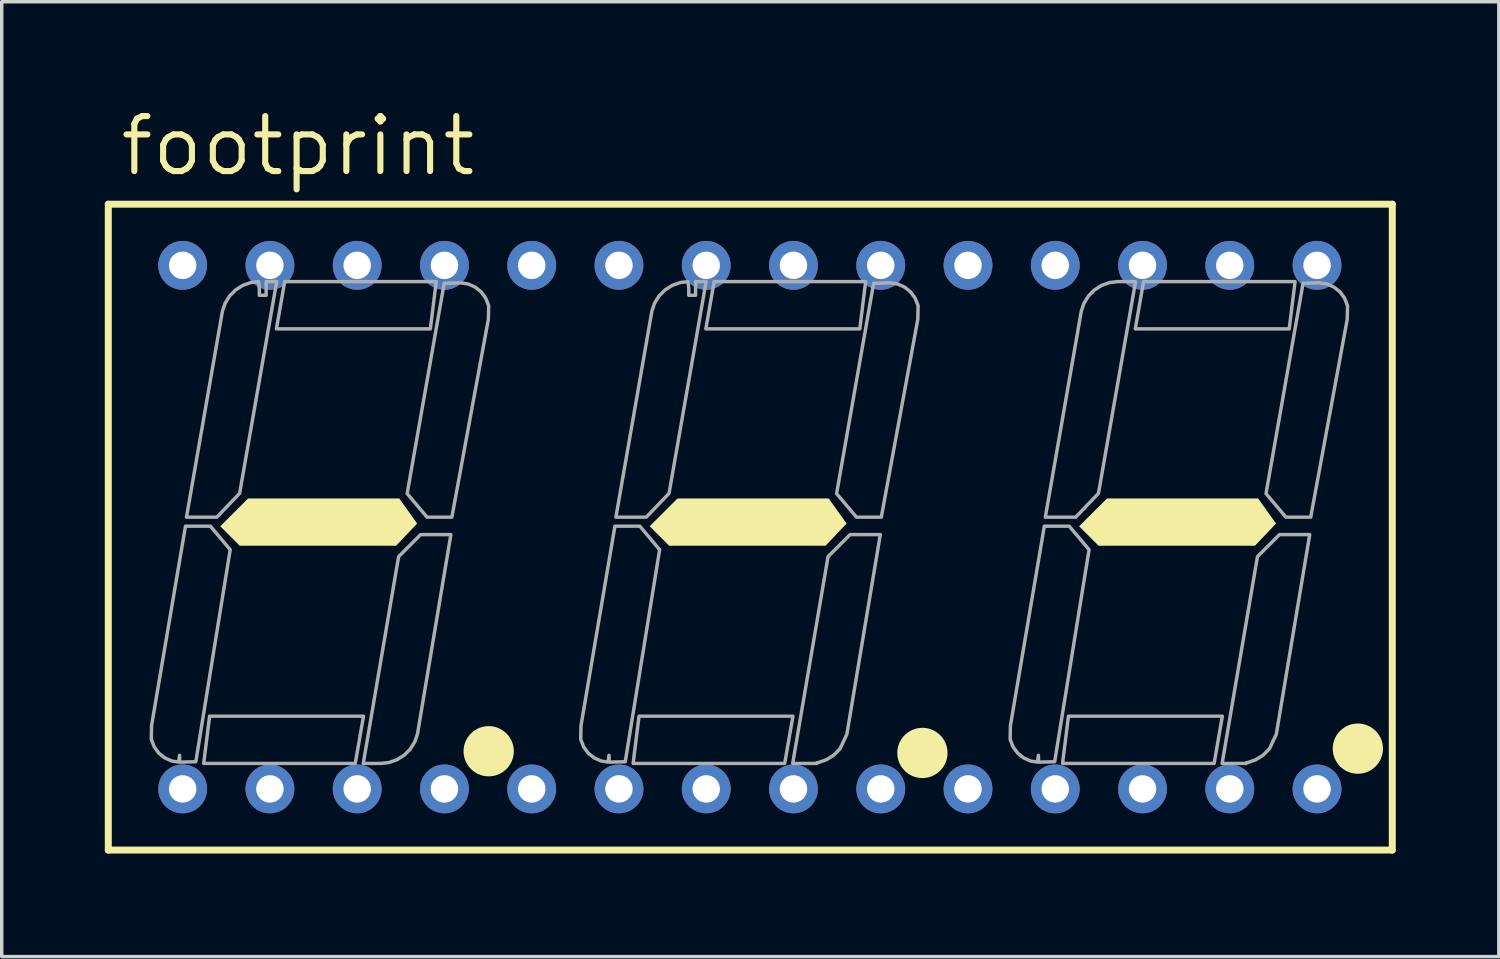
<source format=kicad_pcb>
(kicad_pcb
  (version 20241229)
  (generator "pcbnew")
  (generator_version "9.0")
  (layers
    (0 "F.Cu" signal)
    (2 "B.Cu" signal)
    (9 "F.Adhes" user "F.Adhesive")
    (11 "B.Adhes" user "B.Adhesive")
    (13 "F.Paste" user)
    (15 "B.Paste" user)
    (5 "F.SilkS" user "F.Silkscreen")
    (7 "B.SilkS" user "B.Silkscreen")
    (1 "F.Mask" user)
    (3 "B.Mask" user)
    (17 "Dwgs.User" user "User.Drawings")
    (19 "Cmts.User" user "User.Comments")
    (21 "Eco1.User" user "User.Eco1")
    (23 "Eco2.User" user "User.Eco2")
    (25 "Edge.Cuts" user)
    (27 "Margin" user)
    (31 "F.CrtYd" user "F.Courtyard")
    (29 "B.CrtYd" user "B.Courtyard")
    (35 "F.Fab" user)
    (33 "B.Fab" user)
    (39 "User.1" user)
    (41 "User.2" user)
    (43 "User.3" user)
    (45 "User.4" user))
  (footprint "footprint"
    (layer "F.Cu")
    (at 18.777 12.294)
    (property "Reference" "footprint" (at -18.415 -10.16 0) (layer "F.SilkS") (effects (font (size 1.6 1.6) (thickness 0.178)) (justify left bottom)))
    (fp_line (start -18.675 -9.4) (end 18.7 -9.4) (stroke (width 0.203) (type solid)) (layer "F.SilkS"))
    (fp_line (start -18.675 9.4) (end -18.675 -9.4) (stroke (width 0.203) (type solid)) (layer "F.SilkS"))
    (fp_line (start 18.7 -9.4) (end 18.7 9.4) (stroke (width 0.203) (type solid)) (layer "F.SilkS"))
    (fp_line (start 18.7 9.4) (end -18.675 9.4) (stroke (width 0.203) (type solid)) (layer "F.SilkS"))
    (fp_circle (center -7.602 6.523) (end -7.236 6.523) (stroke (width 0.731) (type solid)) (fill yes) (layer "F.SilkS"))
    (fp_circle (center 5.023 6.573) (end 5.389 6.573) (stroke (width 0.731) (type solid)) (fill yes) (layer "F.SilkS"))
    (fp_circle (center 17.698 6.448) (end 18.064 6.448) (stroke (width 0.731) (type solid)) (fill yes) (layer "F.SilkS"))
    (fp_poly (pts (xy -9.684 -0.105) (xy -10.296 0.541) (xy -14.85 0.541) (xy -15.416 -0.025) (xy -14.605 -0.835) (xy -10.205 -0.835)) (stroke (width 0) (type solid)) (fill yes) (layer "F.SilkS"))
    (fp_poly (pts (xy 2.816 -0.105) (xy 2.204 0.541) (xy -2.35 0.541) (xy -2.916 -0.025) (xy -2.105 -0.835) (xy 2.295 -0.835)) (stroke (width 0) (type solid)) (fill yes) (layer "F.SilkS"))
    (fp_poly (pts (xy 15.316 -0.105) (xy 14.704 0.541) (xy 10.15 0.541) (xy 9.584 -0.025) (xy 10.395 -0.835) (xy 14.795 -0.835)) (stroke (width 0) (type solid)) (fill yes) (layer "F.SilkS"))
    (fp_poly (pts (xy -11.486 6.878) (xy -15.898 6.878) (xy -15.726 5.502) (xy -11.246 5.502)) (stroke (width 0.1) (type solid)) (fill no) (layer "F.Fab"))
    (fp_poly (pts (xy -9.3 -5.771) (xy -13.781 -5.771) (xy -13.54 -7.147) (xy -9.129 -7.147)) (stroke (width 0.1) (type solid)) (fill no) (layer "F.Fab"))
    (fp_poly (pts (xy 1.014 6.878) (xy -3.398 6.878) (xy -3.226 5.502) (xy 1.254 5.502)) (stroke (width 0.1) (type solid)) (fill no) (layer "F.Fab"))
    (fp_poly (pts (xy 3.2 -5.771) (xy -1.281 -5.771) (xy -1.04 -7.147) (xy 3.371 -7.147)) (stroke (width 0.1) (type solid)) (fill no) (layer "F.Fab"))
    (fp_poly (pts (xy 13.514 6.878) (xy 9.102 6.878) (xy 9.274 5.502) (xy 13.754 5.502)) (stroke (width 0.1) (type solid)) (fill no) (layer "F.Fab"))
    (fp_poly (pts (xy 15.7 -5.771) (xy 11.219 -5.771) (xy 11.46 -7.147) (xy 15.871 -7.147)) (stroke (width 0.1) (type solid)) (fill no) (layer "F.Fab"))
    (fp_poly (pts (xy -9.674 6.018) (xy -9.752 6.247) (xy -9.883 6.459) (xy -10.057 6.635) (xy -10.267 6.768) (xy -10.501 6.851) (xy -10.737 6.878) (xy -11.253 6.878) (xy -10.224 0.858) (xy -9.583 0.217) (xy -8.703 0.217)) (stroke (width 0.1) (type solid)) (fill no) (layer "F.Fab"))
    (fp_poly (pts (xy 2.824 6.029) (xy 2.626 6.45) (xy 2.443 6.635) (xy 2.233 6.768) (xy 1.999 6.851) (xy 1.951 6.856) (xy 1.951 6.878) (xy 1.247 6.878) (xy 2.276 0.858) (xy 2.917 0.217) (xy 3.797 0.217)) (stroke (width 0.1) (type solid)) (fill no) (layer "F.Fab"))
    (fp_poly (pts (xy 4.299 -7.078) (xy 4.503 -6.988) (xy 4.678 -6.848) (xy 4.81 -6.667) (xy 4.897 -6.447) (xy 4.889 -6.051) (xy 3.826 -0.29) (xy 3.103 -0.29) (xy 2.525 -0.976) (xy 3.603 -7.098) (xy 4.086 -7.111)) (stroke (width 0.1) (type solid)) (fill no) (layer "F.Fab"))
    (fp_poly (pts (xy 10.148 -0.983) (xy 9.485 -0.29) (xy 8.601 -0.29) (xy 9.648 -6.288) (xy 9.725 -6.516) (xy 9.856 -6.728) (xy 10.031 -6.904) (xy 10.24 -7.037) (xy 10.475 -7.12) (xy 10.71 -7.147) (xy 11.227 -7.147)) (stroke (width 0.1) (type solid)) (fill no) (layer "F.Fab"))
    (fp_poly (pts (xy 15.324 6.029) (xy 15.126 6.45) (xy 14.943 6.635) (xy 14.733 6.768) (xy 14.499 6.851) (xy 14.451 6.856) (xy 14.451 6.878) (xy 13.747 6.878) (xy 14.776 0.858) (xy 15.417 0.217) (xy 16.297 0.217)) (stroke (width 0.1) (type solid)) (fill no) (layer "F.Fab"))
    (fp_poly (pts (xy 16.799 -7.078) (xy 17.003 -6.988) (xy 17.178 -6.848) (xy 17.31 -6.667) (xy 17.397 -6.447) (xy 17.389 -6.051) (xy 16.326 -0.29) (xy 15.603 -0.29) (xy 15.025 -0.976) (xy 16.103 -7.098) (xy 16.586 -7.111)) (stroke (width 0.1) (type solid)) (fill no) (layer "F.Fab"))
    (fp_poly (pts (xy -8.201 -7.078) (xy -7.997 -6.988) (xy -7.822 -6.848) (xy -7.69 -6.667) (xy -7.603 -6.447) (xy -7.611 -6.051) (xy -8.674 -0.29) (xy -9.397 -0.29) (xy -9.975 -0.976) (xy -8.897 -7.098) (xy -8.43 -7.11) (xy -8.412 -7.11)) (stroke (width 0.1) (type solid)) (fill no) (layer "F.Fab"))
    (fp_poly (pts (xy -15.126 0.657) (xy -16.127 6.829) (xy -16.594 6.841) (xy -16.6 6.642) (xy -16.63 6.839) (xy -16.825 6.809) (xy -17.03 6.718) (xy -17.205 6.578) (xy -17.337 6.398) (xy -17.423 6.178) (xy -17.416 5.783) (xy -16.428 -0.028) (xy -15.703 -0.028)) (stroke (width 0.1) (type solid)) (fill no) (layer "F.Fab"))
    (fp_poly (pts (xy -2.626 0.657) (xy -3.627 6.829) (xy -4.094 6.841) (xy -4.1 6.642) (xy -4.13 6.839) (xy -4.325 6.809) (xy -4.53 6.718) (xy -4.705 6.578) (xy -4.837 6.398) (xy -4.923 6.178) (xy -4.916 5.783) (xy -3.928 -0.028) (xy -3.203 -0.028)) (stroke (width 0.1) (type solid)) (fill no) (layer "F.Fab"))
    (fp_poly (pts (xy 9.874 0.657) (xy 8.873 6.829) (xy 8.406 6.841) (xy 8.4 6.642) (xy 8.37 6.839) (xy 8.175 6.809) (xy 7.97 6.718) (xy 7.795 6.578) (xy 7.663 6.398) (xy 7.577 6.178) (xy 7.584 5.783) (xy 8.572 -0.028) (xy 9.297 -0.028)) (stroke (width 0.1) (type solid)) (fill no) (layer "F.Fab"))
    (fp_poly (pts (xy -14.852 -0.983) (xy -15.515 -0.29) (xy -16.399 -0.29) (xy -15.352 -6.288) (xy -15.275 -6.516) (xy -15.144 -6.728) (xy -14.969 -6.904) (xy -14.76 -7.037) (xy -14.525 -7.12) (xy -14.301 -7.146) (xy -14.278 -6.948) (xy -14.278 -6.749) (xy -14.08 -6.749) (xy -14.08 -7.147) (xy -13.773 -7.147)) (stroke (width 0.1) (type solid)) (fill no) (layer "F.Fab"))
    (fp_poly (pts (xy -2.352 -0.983) (xy -3.015 -0.29) (xy -3.899 -0.29) (xy -2.852 -6.288) (xy -2.775 -6.516) (xy -2.644 -6.728) (xy -2.469 -6.904) (xy -2.26 -7.037) (xy -2.025 -7.12) (xy -1.801 -7.146) (xy -1.778 -6.948) (xy -1.778 -6.749) (xy -1.58 -6.749) (xy -1.58 -7.147) (xy -1.273 -7.147)) (stroke (width 0.1) (type solid)) (fill no) (layer "F.Fab"))
    (pad "1" thru_hole circle (at -16.51 7.62) (size 1.422 1.422) (drill 0.8) (layers "*.Cu" "*.Mask"))
    (pad "2" thru_hole circle (at -13.97 7.62) (size 1.422 1.422) (drill 0.8) (layers "*.Cu" "*.Mask"))
    (pad "3" thru_hole circle (at -11.43 7.62) (size 1.422 1.422) (drill 0.8) (layers "*.Cu" "*.Mask"))
    (pad "4" thru_hole circle (at -8.89 7.62) (size 1.422 1.422) (drill 0.8) (layers "*.Cu" "*.Mask"))
    (pad "5" thru_hole circle (at -6.35 7.62) (size 1.422 1.422) (drill 0.8) (layers "*.Cu" "*.Mask"))
    (pad "6" thru_hole circle (at -3.81 7.62) (size 1.422 1.422) (drill 0.8) (layers "*.Cu" "*.Mask"))
    (pad "7" thru_hole circle (at -1.27 7.62) (size 1.422 1.422) (drill 0.8) (layers "*.Cu" "*.Mask"))
    (pad "8" thru_hole circle (at 1.27 7.62) (size 1.422 1.422) (drill 0.8) (layers "*.Cu" "*.Mask"))
    (pad "9" thru_hole circle (at 3.81 7.62) (size 1.422 1.422) (drill 0.8) (layers "*.Cu" "*.Mask"))
    (pad "10" thru_hole circle (at 6.35 7.62) (size 1.422 1.422) (drill 0.8) (layers "*.Cu" "*.Mask"))
    (pad "11" thru_hole circle (at 8.89 7.62) (size 1.422 1.422) (drill 0.8) (layers "*.Cu" "*.Mask"))
    (pad "12" thru_hole circle (at 11.43 7.62) (size 1.422 1.422) (drill 0.8) (layers "*.Cu" "*.Mask"))
    (pad "13" thru_hole circle (at 13.97 7.62) (size 1.422 1.422) (drill 0.8) (layers "*.Cu" "*.Mask"))
    (pad "14" thru_hole circle (at 16.51 7.62) (size 1.422 1.422) (drill 0.8) (layers "*.Cu" "*.Mask"))
    (pad "15" thru_hole circle (at 16.51 -7.62 180) (size 1.422 1.422) (drill 0.8) (layers "*.Cu" "*.Mask"))
    (pad "16" thru_hole circle (at 13.97 -7.62 180) (size 1.422 1.422) (drill 0.8) (layers "*.Cu" "*.Mask"))
    (pad "17" thru_hole circle (at 11.43 -7.62 180) (size 1.422 1.422) (drill 0.8) (layers "*.Cu" "*.Mask"))
    (pad "18" thru_hole circle (at 8.89 -7.62 180) (size 1.422 1.422) (drill 0.8) (layers "*.Cu" "*.Mask"))
    (pad "19" thru_hole circle (at 6.35 -7.62 180) (size 1.422 1.422) (drill 0.8) (layers "*.Cu" "*.Mask"))
    (pad "20" thru_hole circle (at 3.81 -7.62 180) (size 1.422 1.422) (drill 0.8) (layers "*.Cu" "*.Mask"))
    (pad "21" thru_hole circle (at 1.27 -7.62 180) (size 1.422 1.422) (drill 0.8) (layers "*.Cu" "*.Mask"))
    (pad "22" thru_hole circle (at -1.27 -7.62 180) (size 1.422 1.422) (drill 0.8) (layers "*.Cu" "*.Mask"))
    (pad "23" thru_hole circle (at -3.81 -7.62 180) (size 1.422 1.422) (drill 0.8) (layers "*.Cu" "*.Mask"))
    (pad "24" thru_hole circle (at -6.35 -7.62 180) (size 1.422 1.422) (drill 0.8) (layers "*.Cu" "*.Mask"))
    (pad "25" thru_hole circle (at -8.89 -7.62 180) (size 1.422 1.422) (drill 0.8) (layers "*.Cu" "*.Mask"))
    (pad "26" thru_hole circle (at -11.43 -7.62 180) (size 1.422 1.422) (drill 0.8) (layers "*.Cu" "*.Mask"))
    (pad "27" thru_hole circle (at -13.97 -7.62 180) (size 1.422 1.422) (drill 0.8) (layers "*.Cu" "*.Mask"))
    (pad "28" thru_hole circle (at -16.51 -7.62 180) (size 1.422 1.422) (drill 0.8) (layers "*.Cu" "*.Mask")))
  (gr_rect
    (start -3 -3)
    (end 40.578 24.795)
    (stroke (width 0.1) (type default))
    (fill no)
    (layer "Edge.Cuts")))
</source>
